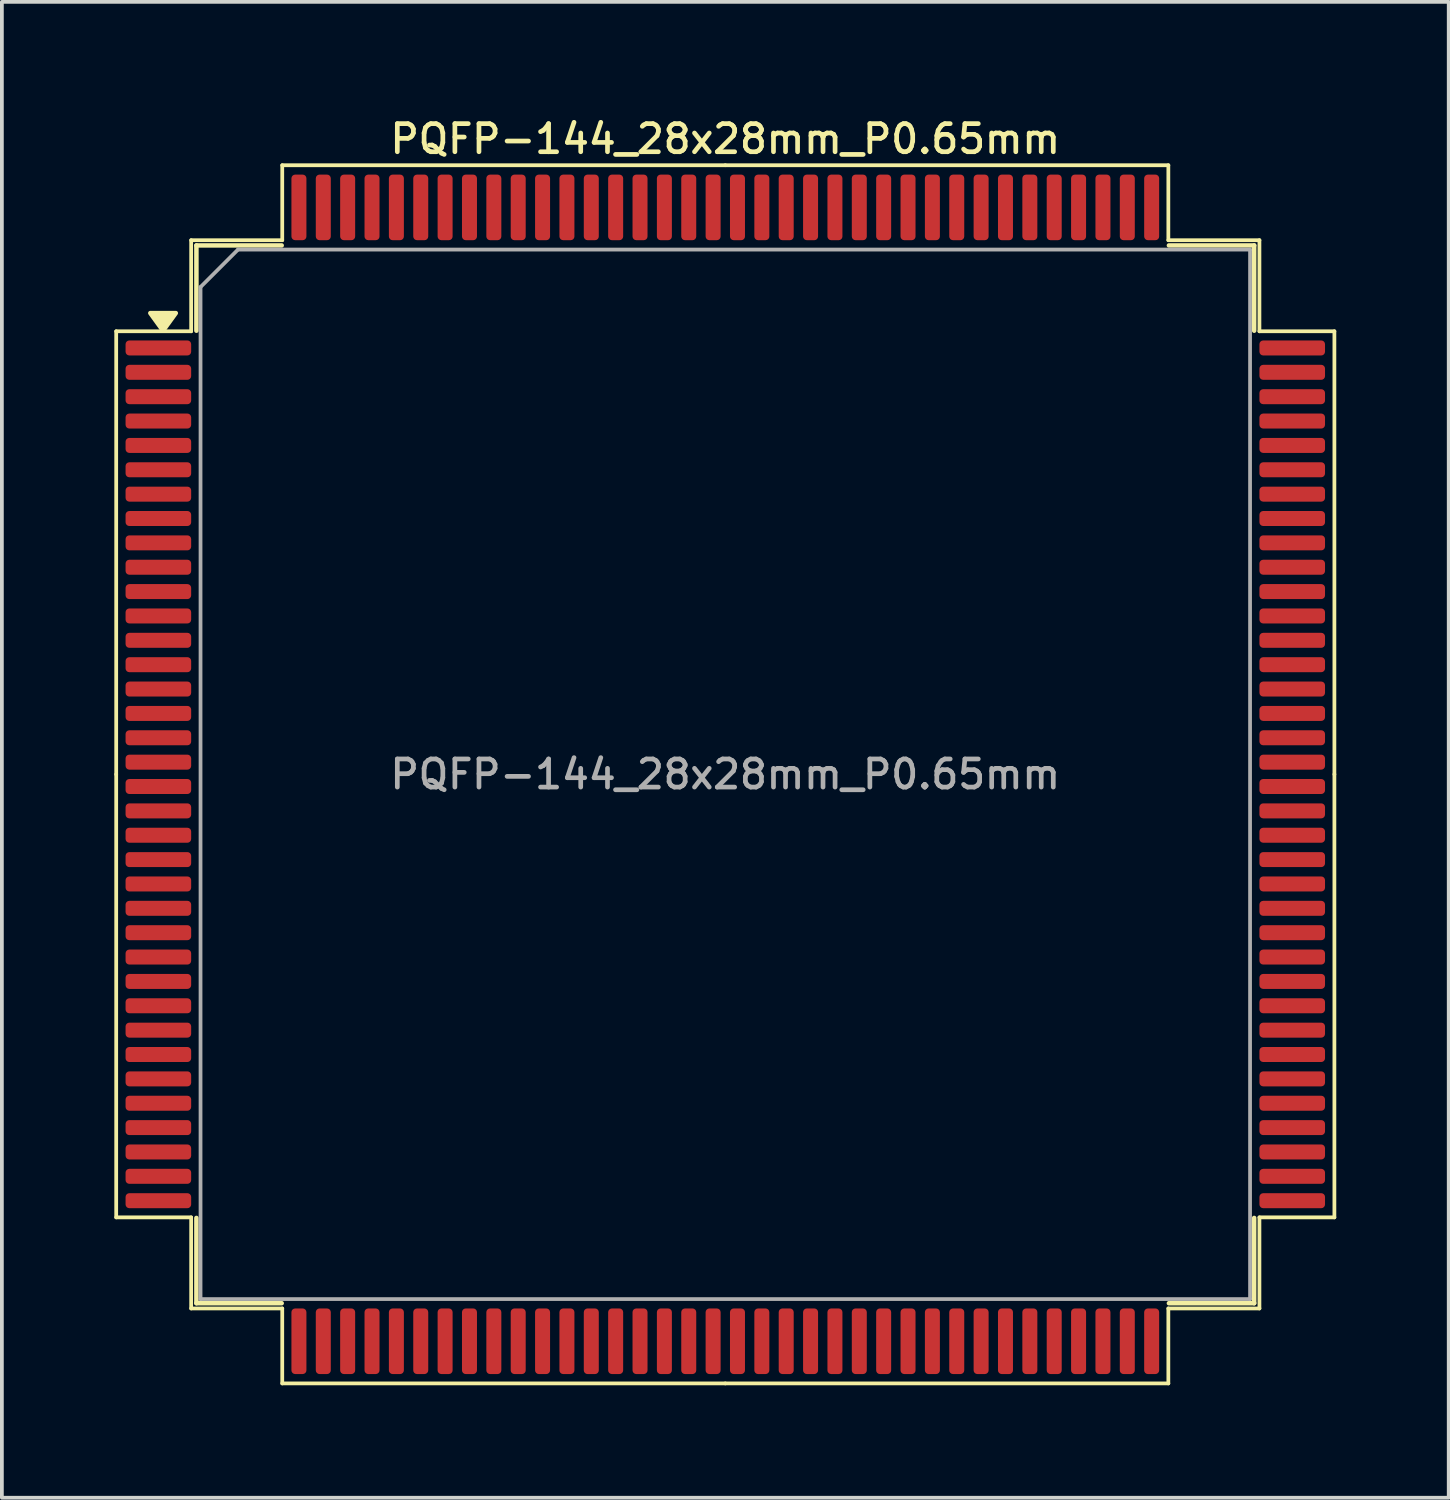
<source format=kicad_pcb>
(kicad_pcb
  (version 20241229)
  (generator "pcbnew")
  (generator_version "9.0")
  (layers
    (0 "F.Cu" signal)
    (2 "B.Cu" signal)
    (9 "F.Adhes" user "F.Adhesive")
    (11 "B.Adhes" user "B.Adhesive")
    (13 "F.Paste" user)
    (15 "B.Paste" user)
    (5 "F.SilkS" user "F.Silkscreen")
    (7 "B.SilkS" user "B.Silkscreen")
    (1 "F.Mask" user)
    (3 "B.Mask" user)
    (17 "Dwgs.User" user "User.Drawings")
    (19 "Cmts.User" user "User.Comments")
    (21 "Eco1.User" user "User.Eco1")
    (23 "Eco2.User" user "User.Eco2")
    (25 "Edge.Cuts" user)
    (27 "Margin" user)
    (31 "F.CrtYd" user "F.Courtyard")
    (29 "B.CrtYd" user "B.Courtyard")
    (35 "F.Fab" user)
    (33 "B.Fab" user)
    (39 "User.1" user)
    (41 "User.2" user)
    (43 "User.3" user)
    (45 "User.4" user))
  (footprint "PQFP-144_28x28mm_P0.65mm"
    (layer "F.Cu")
    (at 16.3 17.608)
    (property "Reference" "PQFP-144_28x28mm_P0.65mm" (at 0 -16.95 0) (layer "F.SilkS") (effects (font (size 0.75 0.75) (thickness 0.125))))
    (attr smd)
    (fp_line (start -16.25 -11.82) (end -16.25 0) (stroke (width 0.1) (type solid)) (layer "F.SilkS"))
    (fp_line (start -16.25 11.82) (end -16.25 0) (stroke (width 0.1) (type solid)) (layer "F.SilkS"))
    (fp_line (start -14.25 -14.25) (end -14.25 -11.82) (stroke (width 0.1) (type solid)) (layer "F.SilkS"))
    (fp_line (start -14.25 -11.82) (end -16.25 -11.82) (stroke (width 0.1) (type solid)) (layer "F.SilkS"))
    (fp_line (start -14.25 11.82) (end -16.25 11.82) (stroke (width 0.1) (type solid)) (layer "F.SilkS"))
    (fp_line (start -14.25 14.25) (end -14.25 11.82) (stroke (width 0.1) (type solid)) (layer "F.SilkS"))
    (fp_line (start -14.11 -14.11) (end -14.11 -11.835) (stroke (width 0.12) (type solid)) (layer "F.SilkS"))
    (fp_line (start -14.11 14.11) (end -14.11 11.835) (stroke (width 0.12) (type solid)) (layer "F.SilkS"))
    (fp_line (start -11.835 -14.11) (end -14.11 -14.11) (stroke (width 0.12) (type solid)) (layer "F.SilkS"))
    (fp_line (start -11.835 14.11) (end -14.11 14.11) (stroke (width 0.12) (type solid)) (layer "F.SilkS"))
    (fp_line (start -11.82 -16.25) (end -11.82 -14.25) (stroke (width 0.1) (type solid)) (layer "F.SilkS"))
    (fp_line (start -11.82 -14.25) (end -14.25 -14.25) (stroke (width 0.1) (type solid)) (layer "F.SilkS"))
    (fp_line (start -11.82 14.25) (end -14.25 14.25) (stroke (width 0.1) (type solid)) (layer "F.SilkS"))
    (fp_line (start -11.82 16.25) (end -11.82 14.25) (stroke (width 0.1) (type solid)) (layer "F.SilkS"))
    (fp_line (start 0 -16.25) (end -11.82 -16.25) (stroke (width 0.1) (type solid)) (layer "F.SilkS"))
    (fp_line (start 0 -16.25) (end 11.82 -16.25) (stroke (width 0.1) (type solid)) (layer "F.SilkS"))
    (fp_line (start 0 16.25) (end -11.82 16.25) (stroke (width 0.1) (type solid)) (layer "F.SilkS"))
    (fp_line (start 0 16.25) (end 11.82 16.25) (stroke (width 0.1) (type solid)) (layer "F.SilkS"))
    (fp_line (start 11.82 -16.25) (end 11.82 -14.25) (stroke (width 0.1) (type solid)) (layer "F.SilkS"))
    (fp_line (start 11.82 -14.25) (end 14.25 -14.25) (stroke (width 0.1) (type solid)) (layer "F.SilkS"))
    (fp_line (start 11.82 14.25) (end 14.25 14.25) (stroke (width 0.1) (type solid)) (layer "F.SilkS"))
    (fp_line (start 11.82 16.25) (end 11.82 14.25) (stroke (width 0.1) (type solid)) (layer "F.SilkS"))
    (fp_line (start 11.835 -14.11) (end 14.11 -14.11) (stroke (width 0.12) (type solid)) (layer "F.SilkS"))
    (fp_line (start 11.835 14.11) (end 14.11 14.11) (stroke (width 0.12) (type solid)) (layer "F.SilkS"))
    (fp_line (start 14.11 -14.11) (end 14.11 -11.835) (stroke (width 0.12) (type solid)) (layer "F.SilkS"))
    (fp_line (start 14.11 14.11) (end 14.11 11.835) (stroke (width 0.12) (type solid)) (layer "F.SilkS"))
    (fp_line (start 14.25 -14.25) (end 14.25 -11.82) (stroke (width 0.1) (type solid)) (layer "F.SilkS"))
    (fp_line (start 14.25 -11.82) (end 16.25 -11.82) (stroke (width 0.1) (type solid)) (layer "F.SilkS"))
    (fp_line (start 14.25 11.82) (end 16.25 11.82) (stroke (width 0.1) (type solid)) (layer "F.SilkS"))
    (fp_line (start 14.25 14.25) (end 14.25 11.82) (stroke (width 0.1) (type solid)) (layer "F.SilkS"))
    (fp_line (start 16.25 -11.82) (end 16.25 0) (stroke (width 0.1) (type solid)) (layer "F.SilkS"))
    (fp_line (start 16.25 11.82) (end 16.25 0) (stroke (width 0.1) (type solid)) (layer "F.SilkS"))
    (fp_poly (pts (xy -15 -11.835) (xy -15.34 -12.305) (xy -14.66 -12.305) (xy -15 -11.835)) (stroke (width 0.12) (type solid)) (fill yes) (layer "F.SilkS"))
    (fp_line (start -14 -13) (end -13 -14) (stroke (width 0.1) (type solid)) (layer "F.Fab"))
    (fp_line (start -14 14) (end -14 -13) (stroke (width 0.1) (type solid)) (layer "F.Fab"))
    (fp_line (start -13 -14) (end 14 -14) (stroke (width 0.1) (type solid)) (layer "F.Fab"))
    (fp_line (start 14 -14) (end 14 14) (stroke (width 0.1) (type solid)) (layer "F.Fab"))
    (fp_line (start 14 14) (end -14 14) (stroke (width 0.1) (type solid)) (layer "F.Fab"))
    (fp_text user "${REFERENCE}" (at 0 0 0) (layer "F.Fab") (effects (font (size 0.75 0.75) (thickness 0.125))))
    (pad "1" smd roundrect (at -15.125 -11.375) (size 1.75 0.4) (layers "F.Cu" "F.Mask" "F.Paste") (roundrect_rratio 0.25))
    (pad "2" smd roundrect (at -15.125 -10.725) (size 1.75 0.4) (layers "F.Cu" "F.Mask" "F.Paste") (roundrect_rratio 0.25))
    (pad "3" smd roundrect (at -15.125 -10.075) (size 1.75 0.4) (layers "F.Cu" "F.Mask" "F.Paste") (roundrect_rratio 0.25))
    (pad "4" smd roundrect (at -15.125 -9.425) (size 1.75 0.4) (layers "F.Cu" "F.Mask" "F.Paste") (roundrect_rratio 0.25))
    (pad "5" smd roundrect (at -15.125 -8.775) (size 1.75 0.4) (layers "F.Cu" "F.Mask" "F.Paste") (roundrect_rratio 0.25))
    (pad "6" smd roundrect (at -15.125 -8.125) (size 1.75 0.4) (layers "F.Cu" "F.Mask" "F.Paste") (roundrect_rratio 0.25))
    (pad "7" smd roundrect (at -15.125 -7.475) (size 1.75 0.4) (layers "F.Cu" "F.Mask" "F.Paste") (roundrect_rratio 0.25))
    (pad "8" smd roundrect (at -15.125 -6.825) (size 1.75 0.4) (layers "F.Cu" "F.Mask" "F.Paste") (roundrect_rratio 0.25))
    (pad "9" smd roundrect (at -15.125 -6.175) (size 1.75 0.4) (layers "F.Cu" "F.Mask" "F.Paste") (roundrect_rratio 0.25))
    (pad "10" smd roundrect (at -15.125 -5.525) (size 1.75 0.4) (layers "F.Cu" "F.Mask" "F.Paste") (roundrect_rratio 0.25))
    (pad "11" smd roundrect (at -15.125 -4.875) (size 1.75 0.4) (layers "F.Cu" "F.Mask" "F.Paste") (roundrect_rratio 0.25))
    (pad "12" smd roundrect (at -15.125 -4.225) (size 1.75 0.4) (layers "F.Cu" "F.Mask" "F.Paste") (roundrect_rratio 0.25))
    (pad "13" smd roundrect (at -15.125 -3.575) (size 1.75 0.4) (layers "F.Cu" "F.Mask" "F.Paste") (roundrect_rratio 0.25))
    (pad "14" smd roundrect (at -15.125 -2.925) (size 1.75 0.4) (layers "F.Cu" "F.Mask" "F.Paste") (roundrect_rratio 0.25))
    (pad "15" smd roundrect (at -15.125 -2.275) (size 1.75 0.4) (layers "F.Cu" "F.Mask" "F.Paste") (roundrect_rratio 0.25))
    (pad "16" smd roundrect (at -15.125 -1.625) (size 1.75 0.4) (layers "F.Cu" "F.Mask" "F.Paste") (roundrect_rratio 0.25))
    (pad "17" smd roundrect (at -15.125 -0.975) (size 1.75 0.4) (layers "F.Cu" "F.Mask" "F.Paste") (roundrect_rratio 0.25))
    (pad "18" smd roundrect (at -15.125 -0.325) (size 1.75 0.4) (layers "F.Cu" "F.Mask" "F.Paste") (roundrect_rratio 0.25))
    (pad "19" smd roundrect (at -15.125 0.325) (size 1.75 0.4) (layers "F.Cu" "F.Mask" "F.Paste") (roundrect_rratio 0.25))
    (pad "20" smd roundrect (at -15.125 0.975) (size 1.75 0.4) (layers "F.Cu" "F.Mask" "F.Paste") (roundrect_rratio 0.25))
    (pad "21" smd roundrect (at -15.125 1.625) (size 1.75 0.4) (layers "F.Cu" "F.Mask" "F.Paste") (roundrect_rratio 0.25))
    (pad "22" smd roundrect (at -15.125 2.275) (size 1.75 0.4) (layers "F.Cu" "F.Mask" "F.Paste") (roundrect_rratio 0.25))
    (pad "23" smd roundrect (at -15.125 2.925) (size 1.75 0.4) (layers "F.Cu" "F.Mask" "F.Paste") (roundrect_rratio 0.25))
    (pad "24" smd roundrect (at -15.125 3.575) (size 1.75 0.4) (layers "F.Cu" "F.Mask" "F.Paste") (roundrect_rratio 0.25))
    (pad "25" smd roundrect (at -15.125 4.225) (size 1.75 0.4) (layers "F.Cu" "F.Mask" "F.Paste") (roundrect_rratio 0.25))
    (pad "26" smd roundrect (at -15.125 4.875) (size 1.75 0.4) (layers "F.Cu" "F.Mask" "F.Paste") (roundrect_rratio 0.25))
    (pad "27" smd roundrect (at -15.125 5.525) (size 1.75 0.4) (layers "F.Cu" "F.Mask" "F.Paste") (roundrect_rratio 0.25))
    (pad "28" smd roundrect (at -15.125 6.175) (size 1.75 0.4) (layers "F.Cu" "F.Mask" "F.Paste") (roundrect_rratio 0.25))
    (pad "29" smd roundrect (at -15.125 6.825) (size 1.75 0.4) (layers "F.Cu" "F.Mask" "F.Paste") (roundrect_rratio 0.25))
    (pad "30" smd roundrect (at -15.125 7.475) (size 1.75 0.4) (layers "F.Cu" "F.Mask" "F.Paste") (roundrect_rratio 0.25))
    (pad "31" smd roundrect (at -15.125 8.125) (size 1.75 0.4) (layers "F.Cu" "F.Mask" "F.Paste") (roundrect_rratio 0.25))
    (pad "32" smd roundrect (at -15.125 8.775) (size 1.75 0.4) (layers "F.Cu" "F.Mask" "F.Paste") (roundrect_rratio 0.25))
    (pad "33" smd roundrect (at -15.125 9.425) (size 1.75 0.4) (layers "F.Cu" "F.Mask" "F.Paste") (roundrect_rratio 0.25))
    (pad "34" smd roundrect (at -15.125 10.075) (size 1.75 0.4) (layers "F.Cu" "F.Mask" "F.Paste") (roundrect_rratio 0.25))
    (pad "35" smd roundrect (at -15.125 10.725) (size 1.75 0.4) (layers "F.Cu" "F.Mask" "F.Paste") (roundrect_rratio 0.25))
    (pad "36" smd roundrect (at -15.125 11.375) (size 1.75 0.4) (layers "F.Cu" "F.Mask" "F.Paste") (roundrect_rratio 0.25))
    (pad "37" smd roundrect (at -11.375 15.125) (size 0.4 1.75) (layers "F.Cu" "F.Mask" "F.Paste") (roundrect_rratio 0.25))
    (pad "38" smd roundrect (at -10.725 15.125) (size 0.4 1.75) (layers "F.Cu" "F.Mask" "F.Paste") (roundrect_rratio 0.25))
    (pad "39" smd roundrect (at -10.075 15.125) (size 0.4 1.75) (layers "F.Cu" "F.Mask" "F.Paste") (roundrect_rratio 0.25))
    (pad "40" smd roundrect (at -9.425 15.125) (size 0.4 1.75) (layers "F.Cu" "F.Mask" "F.Paste") (roundrect_rratio 0.25))
    (pad "41" smd roundrect (at -8.775 15.125) (size 0.4 1.75) (layers "F.Cu" "F.Mask" "F.Paste") (roundrect_rratio 0.25))
    (pad "42" smd roundrect (at -8.125 15.125) (size 0.4 1.75) (layers "F.Cu" "F.Mask" "F.Paste") (roundrect_rratio 0.25))
    (pad "43" smd roundrect (at -7.475 15.125) (size 0.4 1.75) (layers "F.Cu" "F.Mask" "F.Paste") (roundrect_rratio 0.25))
    (pad "44" smd roundrect (at -6.825 15.125) (size 0.4 1.75) (layers "F.Cu" "F.Mask" "F.Paste") (roundrect_rratio 0.25))
    (pad "45" smd roundrect (at -6.175 15.125) (size 0.4 1.75) (layers "F.Cu" "F.Mask" "F.Paste") (roundrect_rratio 0.25))
    (pad "46" smd roundrect (at -5.525 15.125) (size 0.4 1.75) (layers "F.Cu" "F.Mask" "F.Paste") (roundrect_rratio 0.25))
    (pad "47" smd roundrect (at -4.875 15.125) (size 0.4 1.75) (layers "F.Cu" "F.Mask" "F.Paste") (roundrect_rratio 0.25))
    (pad "48" smd roundrect (at -4.225 15.125) (size 0.4 1.75) (layers "F.Cu" "F.Mask" "F.Paste") (roundrect_rratio 0.25))
    (pad "49" smd roundrect (at -3.575 15.125) (size 0.4 1.75) (layers "F.Cu" "F.Mask" "F.Paste") (roundrect_rratio 0.25))
    (pad "50" smd roundrect (at -2.925 15.125) (size 0.4 1.75) (layers "F.Cu" "F.Mask" "F.Paste") (roundrect_rratio 0.25))
    (pad "51" smd roundrect (at -2.275 15.125) (size 0.4 1.75) (layers "F.Cu" "F.Mask" "F.Paste") (roundrect_rratio 0.25))
    (pad "52" smd roundrect (at -1.625 15.125) (size 0.4 1.75) (layers "F.Cu" "F.Mask" "F.Paste") (roundrect_rratio 0.25))
    (pad "53" smd roundrect (at -0.975 15.125) (size 0.4 1.75) (layers "F.Cu" "F.Mask" "F.Paste") (roundrect_rratio 0.25))
    (pad "54" smd roundrect (at -0.325 15.125) (size 0.4 1.75) (layers "F.Cu" "F.Mask" "F.Paste") (roundrect_rratio 0.25))
    (pad "55" smd roundrect (at 0.325 15.125) (size 0.4 1.75) (layers "F.Cu" "F.Mask" "F.Paste") (roundrect_rratio 0.25))
    (pad "56" smd roundrect (at 0.975 15.125) (size 0.4 1.75) (layers "F.Cu" "F.Mask" "F.Paste") (roundrect_rratio 0.25))
    (pad "57" smd roundrect (at 1.625 15.125) (size 0.4 1.75) (layers "F.Cu" "F.Mask" "F.Paste") (roundrect_rratio 0.25))
    (pad "58" smd roundrect (at 2.275 15.125) (size 0.4 1.75) (layers "F.Cu" "F.Mask" "F.Paste") (roundrect_rratio 0.25))
    (pad "59" smd roundrect (at 2.925 15.125) (size 0.4 1.75) (layers "F.Cu" "F.Mask" "F.Paste") (roundrect_rratio 0.25))
    (pad "60" smd roundrect (at 3.575 15.125) (size 0.4 1.75) (layers "F.Cu" "F.Mask" "F.Paste") (roundrect_rratio 0.25))
    (pad "61" smd roundrect (at 4.225 15.125) (size 0.4 1.75) (layers "F.Cu" "F.Mask" "F.Paste") (roundrect_rratio 0.25))
    (pad "62" smd roundrect (at 4.875 15.125) (size 0.4 1.75) (layers "F.Cu" "F.Mask" "F.Paste") (roundrect_rratio 0.25))
    (pad "63" smd roundrect (at 5.525 15.125) (size 0.4 1.75) (layers "F.Cu" "F.Mask" "F.Paste") (roundrect_rratio 0.25))
    (pad "64" smd roundrect (at 6.175 15.125) (size 0.4 1.75) (layers "F.Cu" "F.Mask" "F.Paste") (roundrect_rratio 0.25))
    (pad "65" smd roundrect (at 6.825 15.125) (size 0.4 1.75) (layers "F.Cu" "F.Mask" "F.Paste") (roundrect_rratio 0.25))
    (pad "66" smd roundrect (at 7.475 15.125) (size 0.4 1.75) (layers "F.Cu" "F.Mask" "F.Paste") (roundrect_rratio 0.25))
    (pad "67" smd roundrect (at 8.125 15.125) (size 0.4 1.75) (layers "F.Cu" "F.Mask" "F.Paste") (roundrect_rratio 0.25))
    (pad "68" smd roundrect (at 8.775 15.125) (size 0.4 1.75) (layers "F.Cu" "F.Mask" "F.Paste") (roundrect_rratio 0.25))
    (pad "69" smd roundrect (at 9.425 15.125) (size 0.4 1.75) (layers "F.Cu" "F.Mask" "F.Paste") (roundrect_rratio 0.25))
    (pad "70" smd roundrect (at 10.075 15.125) (size 0.4 1.75) (layers "F.Cu" "F.Mask" "F.Paste") (roundrect_rratio 0.25))
    (pad "71" smd roundrect (at 10.725 15.125) (size 0.4 1.75) (layers "F.Cu" "F.Mask" "F.Paste") (roundrect_rratio 0.25))
    (pad "72" smd roundrect (at 11.375 15.125) (size 0.4 1.75) (layers "F.Cu" "F.Mask" "F.Paste") (roundrect_rratio 0.25))
    (pad "73" smd roundrect (at 15.125 11.375) (size 1.75 0.4) (layers "F.Cu" "F.Mask" "F.Paste") (roundrect_rratio 0.25))
    (pad "74" smd roundrect (at 15.125 10.725) (size 1.75 0.4) (layers "F.Cu" "F.Mask" "F.Paste") (roundrect_rratio 0.25))
    (pad "75" smd roundrect (at 15.125 10.075) (size 1.75 0.4) (layers "F.Cu" "F.Mask" "F.Paste") (roundrect_rratio 0.25))
    (pad "76" smd roundrect (at 15.125 9.425) (size 1.75 0.4) (layers "F.Cu" "F.Mask" "F.Paste") (roundrect_rratio 0.25))
    (pad "77" smd roundrect (at 15.125 8.775) (size 1.75 0.4) (layers "F.Cu" "F.Mask" "F.Paste") (roundrect_rratio 0.25))
    (pad "78" smd roundrect (at 15.125 8.125) (size 1.75 0.4) (layers "F.Cu" "F.Mask" "F.Paste") (roundrect_rratio 0.25))
    (pad "79" smd roundrect (at 15.125 7.475) (size 1.75 0.4) (layers "F.Cu" "F.Mask" "F.Paste") (roundrect_rratio 0.25))
    (pad "80" smd roundrect (at 15.125 6.825) (size 1.75 0.4) (layers "F.Cu" "F.Mask" "F.Paste") (roundrect_rratio 0.25))
    (pad "81" smd roundrect (at 15.125 6.175) (size 1.75 0.4) (layers "F.Cu" "F.Mask" "F.Paste") (roundrect_rratio 0.25))
    (pad "82" smd roundrect (at 15.125 5.525) (size 1.75 0.4) (layers "F.Cu" "F.Mask" "F.Paste") (roundrect_rratio 0.25))
    (pad "83" smd roundrect (at 15.125 4.875) (size 1.75 0.4) (layers "F.Cu" "F.Mask" "F.Paste") (roundrect_rratio 0.25))
    (pad "84" smd roundrect (at 15.125 4.225) (size 1.75 0.4) (layers "F.Cu" "F.Mask" "F.Paste") (roundrect_rratio 0.25))
    (pad "85" smd roundrect (at 15.125 3.575) (size 1.75 0.4) (layers "F.Cu" "F.Mask" "F.Paste") (roundrect_rratio 0.25))
    (pad "86" smd roundrect (at 15.125 2.925) (size 1.75 0.4) (layers "F.Cu" "F.Mask" "F.Paste") (roundrect_rratio 0.25))
    (pad "87" smd roundrect (at 15.125 2.275) (size 1.75 0.4) (layers "F.Cu" "F.Mask" "F.Paste") (roundrect_rratio 0.25))
    (pad "88" smd roundrect (at 15.125 1.625) (size 1.75 0.4) (layers "F.Cu" "F.Mask" "F.Paste") (roundrect_rratio 0.25))
    (pad "89" smd roundrect (at 15.125 0.975) (size 1.75 0.4) (layers "F.Cu" "F.Mask" "F.Paste") (roundrect_rratio 0.25))
    (pad "90" smd roundrect (at 15.125 0.325) (size 1.75 0.4) (layers "F.Cu" "F.Mask" "F.Paste") (roundrect_rratio 0.25))
    (pad "91" smd roundrect (at 15.125 -0.325) (size 1.75 0.4) (layers "F.Cu" "F.Mask" "F.Paste") (roundrect_rratio 0.25))
    (pad "92" smd roundrect (at 15.125 -0.975) (size 1.75 0.4) (layers "F.Cu" "F.Mask" "F.Paste") (roundrect_rratio 0.25))
    (pad "93" smd roundrect (at 15.125 -1.625) (size 1.75 0.4) (layers "F.Cu" "F.Mask" "F.Paste") (roundrect_rratio 0.25))
    (pad "94" smd roundrect (at 15.125 -2.275) (size 1.75 0.4) (layers "F.Cu" "F.Mask" "F.Paste") (roundrect_rratio 0.25))
    (pad "95" smd roundrect (at 15.125 -2.925) (size 1.75 0.4) (layers "F.Cu" "F.Mask" "F.Paste") (roundrect_rratio 0.25))
    (pad "96" smd roundrect (at 15.125 -3.575) (size 1.75 0.4) (layers "F.Cu" "F.Mask" "F.Paste") (roundrect_rratio 0.25))
    (pad "97" smd roundrect (at 15.125 -4.225) (size 1.75 0.4) (layers "F.Cu" "F.Mask" "F.Paste") (roundrect_rratio 0.25))
    (pad "98" smd roundrect (at 15.125 -4.875) (size 1.75 0.4) (layers "F.Cu" "F.Mask" "F.Paste") (roundrect_rratio 0.25))
    (pad "99" smd roundrect (at 15.125 -5.525) (size 1.75 0.4) (layers "F.Cu" "F.Mask" "F.Paste") (roundrect_rratio 0.25))
    (pad "100" smd roundrect (at 15.125 -6.175) (size 1.75 0.4) (layers "F.Cu" "F.Mask" "F.Paste") (roundrect_rratio 0.25))
    (pad "101" smd roundrect (at 15.125 -6.825) (size 1.75 0.4) (layers "F.Cu" "F.Mask" "F.Paste") (roundrect_rratio 0.25))
    (pad "102" smd roundrect (at 15.125 -7.475) (size 1.75 0.4) (layers "F.Cu" "F.Mask" "F.Paste") (roundrect_rratio 0.25))
    (pad "103" smd roundrect (at 15.125 -8.125) (size 1.75 0.4) (layers "F.Cu" "F.Mask" "F.Paste") (roundrect_rratio 0.25))
    (pad "104" smd roundrect (at 15.125 -8.775) (size 1.75 0.4) (layers "F.Cu" "F.Mask" "F.Paste") (roundrect_rratio 0.25))
    (pad "105" smd roundrect (at 15.125 -9.425) (size 1.75 0.4) (layers "F.Cu" "F.Mask" "F.Paste") (roundrect_rratio 0.25))
    (pad "106" smd roundrect (at 15.125 -10.075) (size 1.75 0.4) (layers "F.Cu" "F.Mask" "F.Paste") (roundrect_rratio 0.25))
    (pad "107" smd roundrect (at 15.125 -10.725) (size 1.75 0.4) (layers "F.Cu" "F.Mask" "F.Paste") (roundrect_rratio 0.25))
    (pad "108" smd roundrect (at 15.125 -11.375) (size 1.75 0.4) (layers "F.Cu" "F.Mask" "F.Paste") (roundrect_rratio 0.25))
    (pad "109" smd roundrect (at 11.375 -15.125) (size 0.4 1.75) (layers "F.Cu" "F.Mask" "F.Paste") (roundrect_rratio 0.25))
    (pad "110" smd roundrect (at 10.725 -15.125) (size 0.4 1.75) (layers "F.Cu" "F.Mask" "F.Paste") (roundrect_rratio 0.25))
    (pad "111" smd roundrect (at 10.075 -15.125) (size 0.4 1.75) (layers "F.Cu" "F.Mask" "F.Paste") (roundrect_rratio 0.25))
    (pad "112" smd roundrect (at 9.425 -15.125) (size 0.4 1.75) (layers "F.Cu" "F.Mask" "F.Paste") (roundrect_rratio 0.25))
    (pad "113" smd roundrect (at 8.775 -15.125) (size 0.4 1.75) (layers "F.Cu" "F.Mask" "F.Paste") (roundrect_rratio 0.25))
    (pad "114" smd roundrect (at 8.125 -15.125) (size 0.4 1.75) (layers "F.Cu" "F.Mask" "F.Paste") (roundrect_rratio 0.25))
    (pad "115" smd roundrect (at 7.475 -15.125) (size 0.4 1.75) (layers "F.Cu" "F.Mask" "F.Paste") (roundrect_rratio 0.25))
    (pad "116" smd roundrect (at 6.825 -15.125) (size 0.4 1.75) (layers "F.Cu" "F.Mask" "F.Paste") (roundrect_rratio 0.25))
    (pad "117" smd roundrect (at 6.175 -15.125) (size 0.4 1.75) (layers "F.Cu" "F.Mask" "F.Paste") (roundrect_rratio 0.25))
    (pad "118" smd roundrect (at 5.525 -15.125) (size 0.4 1.75) (layers "F.Cu" "F.Mask" "F.Paste") (roundrect_rratio 0.25))
    (pad "119" smd roundrect (at 4.875 -15.125) (size 0.4 1.75) (layers "F.Cu" "F.Mask" "F.Paste") (roundrect_rratio 0.25))
    (pad "120" smd roundrect (at 4.225 -15.125) (size 0.4 1.75) (layers "F.Cu" "F.Mask" "F.Paste") (roundrect_rratio 0.25))
    (pad "121" smd roundrect (at 3.575 -15.125) (size 0.4 1.75) (layers "F.Cu" "F.Mask" "F.Paste") (roundrect_rratio 0.25))
    (pad "122" smd roundrect (at 2.925 -15.125) (size 0.4 1.75) (layers "F.Cu" "F.Mask" "F.Paste") (roundrect_rratio 0.25))
    (pad "123" smd roundrect (at 2.275 -15.125) (size 0.4 1.75) (layers "F.Cu" "F.Mask" "F.Paste") (roundrect_rratio 0.25))
    (pad "124" smd roundrect (at 1.625 -15.125) (size 0.4 1.75) (layers "F.Cu" "F.Mask" "F.Paste") (roundrect_rratio 0.25))
    (pad "125" smd roundrect (at 0.975 -15.125) (size 0.4 1.75) (layers "F.Cu" "F.Mask" "F.Paste") (roundrect_rratio 0.25))
    (pad "126" smd roundrect (at 0.325 -15.125) (size 0.4 1.75) (layers "F.Cu" "F.Mask" "F.Paste") (roundrect_rratio 0.25))
    (pad "127" smd roundrect (at -0.325 -15.125) (size 0.4 1.75) (layers "F.Cu" "F.Mask" "F.Paste") (roundrect_rratio 0.25))
    (pad "128" smd roundrect (at -0.975 -15.125) (size 0.4 1.75) (layers "F.Cu" "F.Mask" "F.Paste") (roundrect_rratio 0.25))
    (pad "129" smd roundrect (at -1.625 -15.125) (size 0.4 1.75) (layers "F.Cu" "F.Mask" "F.Paste") (roundrect_rratio 0.25))
    (pad "130" smd roundrect (at -2.275 -15.125) (size 0.4 1.75) (layers "F.Cu" "F.Mask" "F.Paste") (roundrect_rratio 0.25))
    (pad "131" smd roundrect (at -2.925 -15.125) (size 0.4 1.75) (layers "F.Cu" "F.Mask" "F.Paste") (roundrect_rratio 0.25))
    (pad "132" smd roundrect (at -3.575 -15.125) (size 0.4 1.75) (layers "F.Cu" "F.Mask" "F.Paste") (roundrect_rratio 0.25))
    (pad "133" smd roundrect (at -4.225 -15.125) (size 0.4 1.75) (layers "F.Cu" "F.Mask" "F.Paste") (roundrect_rratio 0.25))
    (pad "134" smd roundrect (at -4.875 -15.125) (size 0.4 1.75) (layers "F.Cu" "F.Mask" "F.Paste") (roundrect_rratio 0.25))
    (pad "135" smd roundrect (at -5.525 -15.125) (size 0.4 1.75) (layers "F.Cu" "F.Mask" "F.Paste") (roundrect_rratio 0.25))
    (pad "136" smd roundrect (at -6.175 -15.125) (size 0.4 1.75) (layers "F.Cu" "F.Mask" "F.Paste") (roundrect_rratio 0.25))
    (pad "137" smd roundrect (at -6.825 -15.125) (size 0.4 1.75) (layers "F.Cu" "F.Mask" "F.Paste") (roundrect_rratio 0.25))
    (pad "138" smd roundrect (at -7.475 -15.125) (size 0.4 1.75) (layers "F.Cu" "F.Mask" "F.Paste") (roundrect_rratio 0.25))
    (pad "139" smd roundrect (at -8.125 -15.125) (size 0.4 1.75) (layers "F.Cu" "F.Mask" "F.Paste") (roundrect_rratio 0.25))
    (pad "140" smd roundrect (at -8.775 -15.125) (size 0.4 1.75) (layers "F.Cu" "F.Mask" "F.Paste") (roundrect_rratio 0.25))
    (pad "141" smd roundrect (at -9.425 -15.125) (size 0.4 1.75) (layers "F.Cu" "F.Mask" "F.Paste") (roundrect_rratio 0.25))
    (pad "142" smd roundrect (at -10.075 -15.125) (size 0.4 1.75) (layers "F.Cu" "F.Mask" "F.Paste") (roundrect_rratio 0.25))
    (pad "143" smd roundrect (at -10.725 -15.125) (size 0.4 1.75) (layers "F.Cu" "F.Mask" "F.Paste") (roundrect_rratio 0.25))
    (pad "144" smd roundrect (at -11.375 -15.125) (size 0.4 1.75) (layers "F.Cu" "F.Mask" "F.Paste") (roundrect_rratio 0.25)))
  (gr_rect
    (start -3 -3)
    (end 35.6 36.908)
    (stroke (width 0.1) (type default))
    (fill no)
    (layer "Edge.Cuts")))
</source>
